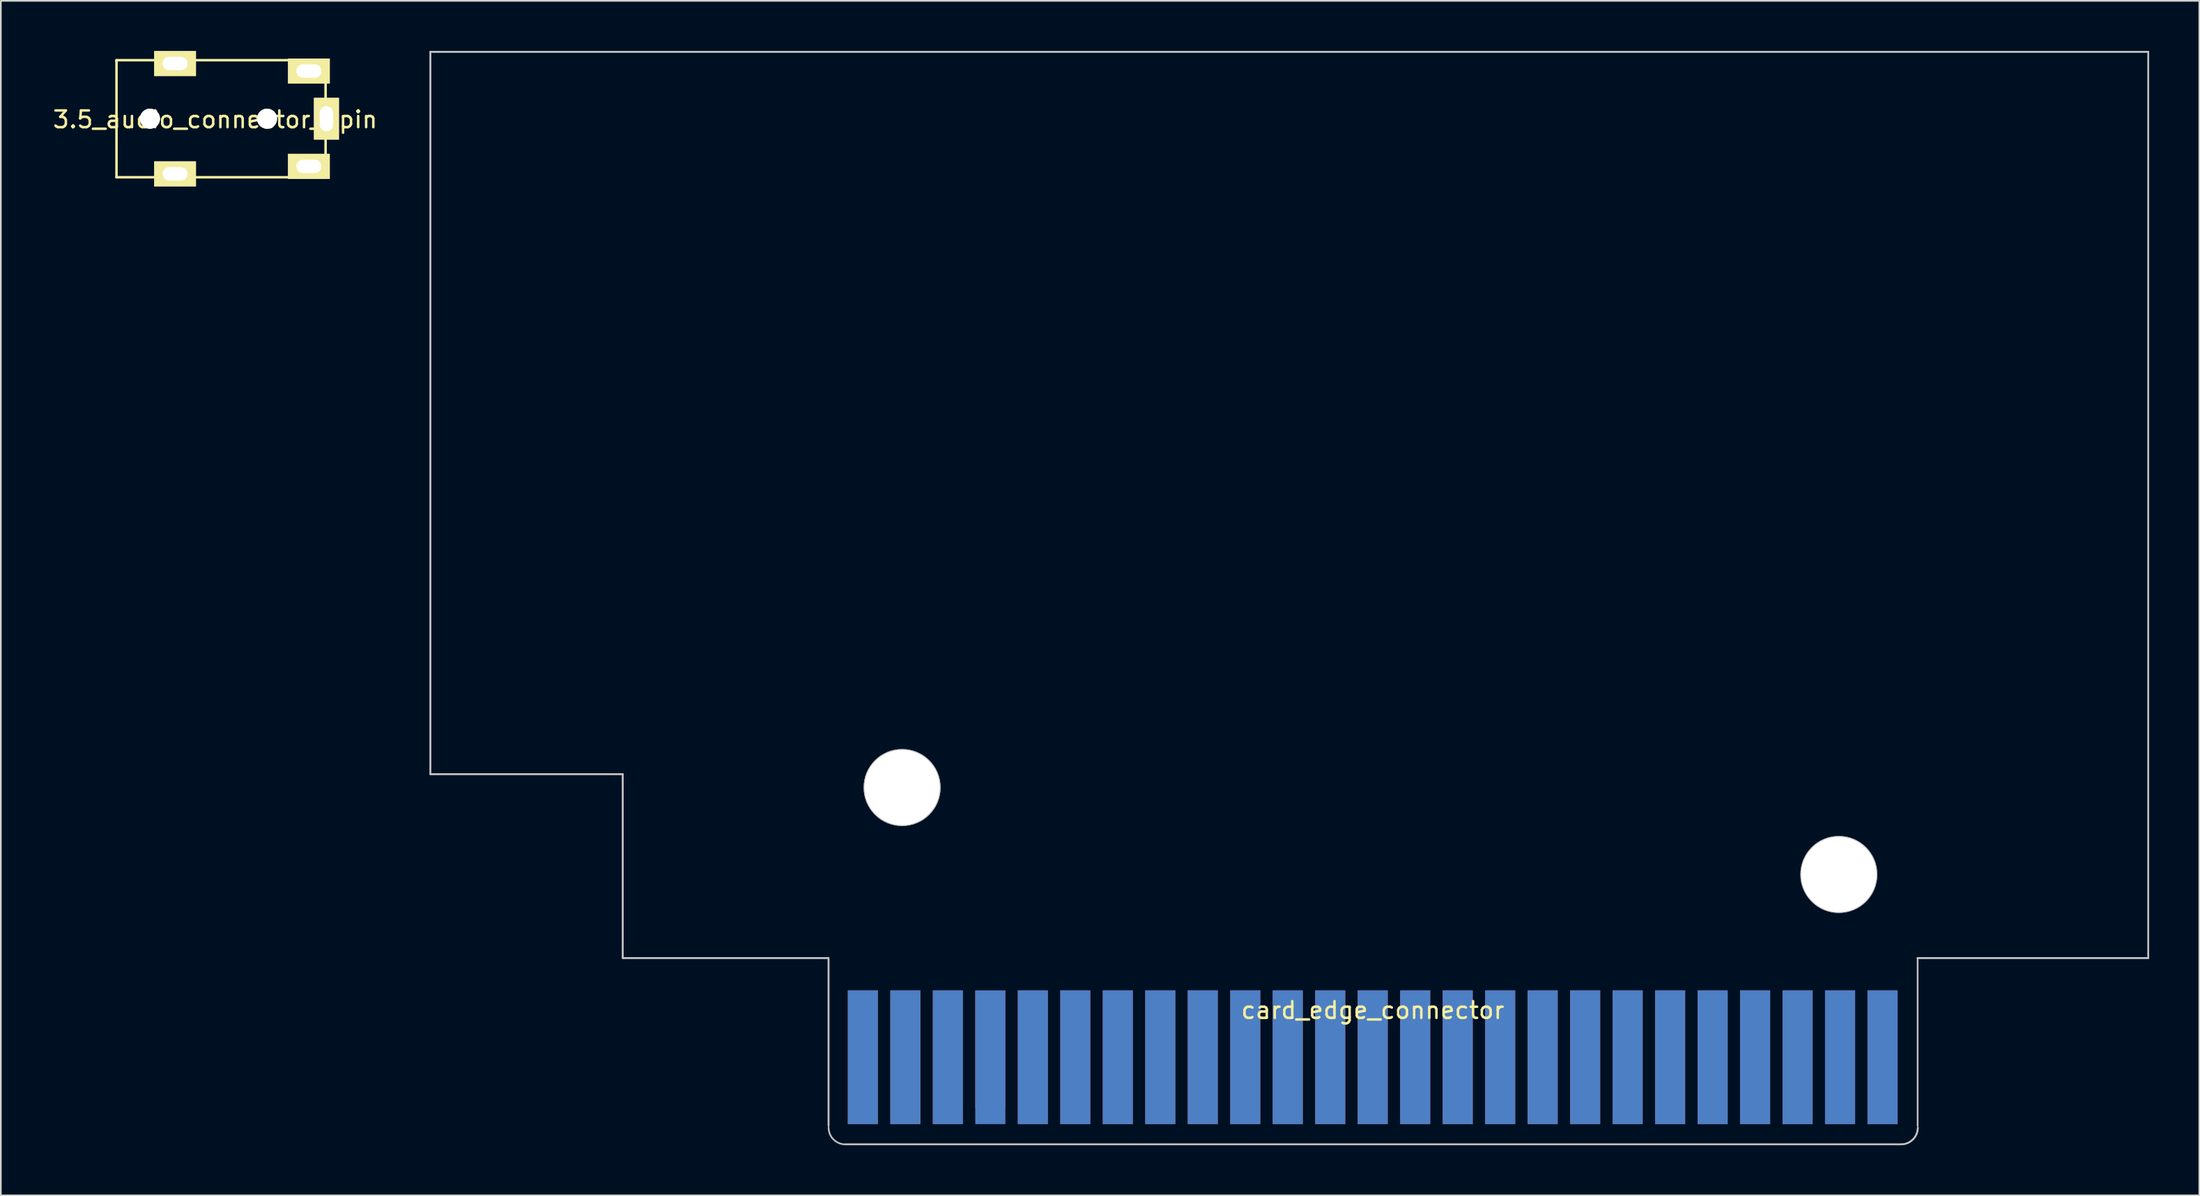
<source format=kicad_pcb>
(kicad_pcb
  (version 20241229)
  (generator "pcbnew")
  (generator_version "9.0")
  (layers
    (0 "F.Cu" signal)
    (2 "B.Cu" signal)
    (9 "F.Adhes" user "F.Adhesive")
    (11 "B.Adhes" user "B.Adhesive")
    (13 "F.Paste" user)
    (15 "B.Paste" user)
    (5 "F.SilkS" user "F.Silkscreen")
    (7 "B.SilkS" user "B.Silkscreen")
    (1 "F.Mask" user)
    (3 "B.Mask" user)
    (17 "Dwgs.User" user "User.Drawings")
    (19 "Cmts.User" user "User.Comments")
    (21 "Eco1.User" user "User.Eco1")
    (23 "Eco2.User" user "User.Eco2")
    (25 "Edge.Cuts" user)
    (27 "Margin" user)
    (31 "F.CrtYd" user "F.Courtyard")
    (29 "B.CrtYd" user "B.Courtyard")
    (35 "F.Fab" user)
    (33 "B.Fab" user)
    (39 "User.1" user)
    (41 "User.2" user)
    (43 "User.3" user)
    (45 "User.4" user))
  (footprint "3.5_audio_connector_5pin"
    (layer "F.Cu")
    (at 3.915 0.55)
    (property "Reference" "3.5_audio_connector_5pin" (at 5.9 3.55 0) (layer "F.SilkS") (effects (font (size 1 1) (thickness 0.15))))
    (attr through_hole)
    (fp_line (start 0 0) (end 12.5 0) (stroke (width 0.15) (type solid)) (layer "F.SilkS"))
    (fp_line (start 0 0.05) (end 0 0) (stroke (width 0.15) (type solid)) (layer "F.SilkS"))
    (fp_line (start 0 7) (end 0 0.05) (stroke (width 0.15) (type solid)) (layer "F.SilkS"))
    (fp_line (start 12.5 0) (end 12.5 7) (stroke (width 0.15) (type solid)) (layer "F.SilkS"))
    (fp_line (start 12.5 7) (end 0 7) (stroke (width 0.15) (type solid)) (layer "F.SilkS"))
    (pad "" np_thru_hole circle (at 2 3.5) (size 1.2 1.2) (drill 1.2) (layers "*.Cu" "*.Mask" "F.SilkS"))
    (pad "" np_thru_hole circle (at 9 3.5) (size 1.2 1.2) (drill 1.2) (layers "*.Cu" "*.Mask" "F.SilkS"))
    (pad "1" thru_hole rect (at 12.55 3.5 90) (size 2.5 1.5) (drill oval 1.5 0.8) (layers "*.Cu" "*.Mask" "F.SilkS"))
    (pad "2" thru_hole rect (at 11.5 0.65) (size 2.5 1.5) (drill oval 1.5 0.8) (layers "*.Cu" "*.Mask" "F.SilkS"))
    (pad "3" thru_hole rect (at 3.5 0.2) (size 2.5 1.5) (drill oval 1.5 0.8) (layers "*.Cu" "*.Mask" "F.SilkS"))
    (pad "3" thru_hole rect (at 3.5 6.8) (size 2.5 1.5) (drill oval 1.5 0.8) (layers "*.Cu" "*.Mask" "F.SilkS"))
    (pad "4" thru_hole rect (at 11.5 6.35) (size 2.5 1.5) (drill oval 1.5 0.8) (layers "*.Cu" "*.Mask" "F.SilkS")))
  (footprint "card_edge_connector"
    (layer "F.Cu")
    (at 77.754 57.035)
    (property "Reference" "card_edge_connector" (at 1.26 0.337 0) (layer "F.SilkS") (effects (font (size 1 1) (thickness 0.15))))
    (attr through_hole)
    (fp_line (start -55.073 -56.985) (end -55.073 -13.785) (stroke (width 0.1) (type solid)) (layer "Dwgs.User"))
    (fp_line (start -55.073 -56.985) (end -55.073 -13.785) (stroke (width 0.1) (type solid)) (layer "Dwgs.User"))
    (fp_line (start -55.073 -13.785) (end -43.573 -13.785) (stroke (width 0.1) (type solid)) (layer "Dwgs.User"))
    (fp_line (start -55.073 -13.785) (end -43.573 -13.785) (stroke (width 0.1) (type solid)) (layer "Dwgs.User"))
    (fp_line (start -43.573 -13.785) (end -43.573 -2.785) (stroke (width 0.1) (type solid)) (layer "Dwgs.User"))
    (fp_line (start -43.573 -13.785) (end -43.573 -2.785) (stroke (width 0.1) (type solid)) (layer "Dwgs.User"))
    (fp_line (start -43.573 -2.785) (end -31.273 -2.785) (stroke (width 0.1) (type solid)) (layer "Dwgs.User"))
    (fp_line (start -43.573 -2.785) (end -31.273 -2.785) (stroke (width 0.1) (type solid)) (layer "Dwgs.User"))
    (fp_line (start -31.273 -2.785) (end -31.273 7.215) (stroke (width 0.1) (type solid)) (layer "Dwgs.User"))
    (fp_line (start -31.268 -2.724) (end -31.268 7.276) (stroke (width 0.1) (type solid)) (layer "Dwgs.User"))
    (fp_line (start -30.253 8.357) (end 32.847 8.357) (stroke (width 0.1) (type solid)) (layer "Dwgs.User"))
    (fp_line (start -30.253 8.357) (end 32.847 8.357) (stroke (width 0.1) (type solid)) (layer "Dwgs.User"))
    (fp_line (start 33.827 -2.785) (end 47.627 -2.785) (stroke (width 0.1) (type solid)) (layer "Dwgs.User"))
    (fp_line (start 33.827 -2.785) (end 47.627 -2.785) (stroke (width 0.1) (type solid)) (layer "Dwgs.User"))
    (fp_line (start 33.837 7.263) (end 33.837 -2.737) (stroke (width 0.1) (type solid)) (layer "Dwgs.User"))
    (fp_line (start 47.627 -56.985) (end -55.073 -56.985) (stroke (width 0.1) (type solid)) (layer "Dwgs.User"))
    (fp_line (start 47.627 -56.985) (end -55.073 -56.985) (stroke (width 0.1) (type solid)) (layer "Dwgs.User"))
    (fp_line (start 47.627 -2.785) (end 47.627 -56.985) (stroke (width 0.1) (type solid)) (layer "Dwgs.User"))
    (fp_line (start 47.627 -2.785) (end 47.627 -56.985) (stroke (width 0.1) (type solid)) (layer "Dwgs.User"))
    (fp_arc (start -30.268375 8.356852) (mid -30.975482 8.063959) (end -31.268375 7.356852) (stroke (width 0.1) (type solid)) (layer "Dwgs.User"))
    (fp_arc (start 33.846865 7.356852) (mid 33.553972 8.063959) (end 32.846865 8.356852) (stroke (width 0.1) (type solid)) (layer "Dwgs.User"))
    (fp_arc (start 33.846865 7.356852) (mid 33.553972 8.063959) (end 32.846865 8.356852) (stroke (width 0.1) (type solid)) (layer "Dwgs.User"))
    (fp_circle (center -26.873 -12.985) (end -25.523 -12.985) (stroke (width 0.1) (type solid)) (fill no) (layer "Dwgs.User"))
    (fp_circle (center -26.873 -12.985) (end -25.523 -12.985) (stroke (width 0.1) (type solid)) (fill no) (layer "Dwgs.User"))
    (fp_circle (center -26.873 -12.985) (end -24.623 -12.985) (stroke (width 0.1) (type solid)) (fill no) (layer "Dwgs.User"))
    (fp_circle (center -26.873 -12.985) (end -24.623 -12.985) (stroke (width 0.1) (type solid)) (fill no) (layer "Dwgs.User"))
    (fp_circle (center 29.127 -7.785) (end 30.477 -7.785) (stroke (width 0.1) (type solid)) (fill no) (layer "Dwgs.User"))
    (fp_circle (center 29.127 -7.785) (end 30.477 -7.785) (stroke (width 0.1) (type solid)) (fill no) (layer "Dwgs.User"))
    (fp_circle (center 29.127 -7.785) (end 31.377 -7.785) (stroke (width 0.1) (type solid)) (fill no) (layer "Dwgs.User"))
    (fp_circle (center 29.127 -7.785) (end 31.377 -7.785) (stroke (width 0.1) (type solid)) (fill no) (layer "Dwgs.User"))
    (pad "" np_thru_hole circle (at -26.876 -12.984) (size 4.5 4.5) (drill 4.5) (layers "*.Cu" "*.Mask" "F.SilkS"))
    (pad "" np_thru_hole circle (at 29.124 -7.783) (size 4.5 4.5) (drill 4.5) (layers "*.Cu" "*.Mask" "F.SilkS"))
    (pad "1" connect rect (at 31.74 3.147) (size 1.8 8) (layers "B.Cu" "B.Mask"))
    (pad "2" connect rect (at 31.74 3.147) (size 1.8 8) (layers "F.Cu" "F.Mask"))
    (pad "3" connect rect (at 29.2 3.147) (size 1.8 8) (layers "B.Cu" "B.Mask"))
    (pad "4" connect rect (at 29.2 3.147) (size 1.8 8) (layers "F.Cu" "F.Mask"))
    (pad "5" connect rect (at 26.66 3.147) (size 1.8 8) (layers "B.Cu" "B.Mask"))
    (pad "6" connect rect (at 26.66 3.147) (size 1.8 8) (layers "F.Cu" "F.Mask"))
    (pad "7" connect rect (at 24.12 3.147) (size 1.8 8) (layers "B.Cu" "B.Mask"))
    (pad "8" connect rect (at 24.12 3.147) (size 1.8 8) (layers "F.Cu" "F.Mask"))
    (pad "9" connect rect (at 21.58 3.147) (size 1.8 8) (layers "B.Cu" "B.Mask"))
    (pad "10" connect rect (at 21.58 3.147) (size 1.8 8) (layers "F.Cu" "F.Mask"))
    (pad "11" connect rect (at 19.04 3.147) (size 1.8 8) (layers "B.Cu" "B.Mask"))
    (pad "12" connect rect (at 19.04 3.147) (size 1.8 8) (layers "F.Cu" "F.Mask"))
    (pad "13" connect rect (at 16.5 3.147) (size 1.8 8) (layers "B.Cu" "B.Mask"))
    (pad "14" connect rect (at 16.5 3.147) (size 1.8 8) (layers "F.Cu" "F.Mask"))
    (pad "15" connect rect (at 13.96 3.147) (size 1.8 8) (layers "B.Cu" "B.Mask"))
    (pad "16" connect rect (at 13.96 3.147) (size 1.8 8) (layers "F.Cu" "F.Mask"))
    (pad "17" connect rect (at 11.42 3.147) (size 1.8 8) (layers "B.Cu" "B.Mask"))
    (pad "18" connect rect (at 11.42 3.147) (size 1.8 8) (layers "F.Cu" "F.Mask"))
    (pad "19" connect rect (at 8.88 3.147) (size 1.8 8) (layers "B.Cu" "B.Mask"))
    (pad "20" connect rect (at 8.88 3.147) (size 1.8 8) (layers "F.Cu" "F.Mask"))
    (pad "21" connect rect (at 6.34 3.147) (size 1.8 8) (layers "B.Cu" "B.Mask"))
    (pad "22" connect rect (at 6.34 3.147) (size 1.8 8) (layers "F.Cu" "F.Mask"))
    (pad "23" connect rect (at 3.8 3.147) (size 1.8 8) (layers "B.Cu" "B.Mask"))
    (pad "24" connect rect (at 3.8 3.147) (size 1.8 8) (layers "F.Cu" "F.Mask"))
    (pad "25" connect rect (at 1.26 3.147) (size 1.8 8) (layers "B.Cu" "B.Mask"))
    (pad "26" connect rect (at 1.26 3.147) (size 1.8 8) (layers "F.Cu" "F.Mask"))
    (pad "27" connect rect (at -1.28 3.147) (size 1.8 8) (layers "B.Cu" "B.Mask"))
    (pad "28" connect rect (at -1.28 3.147) (size 1.8 8) (layers "F.Cu" "F.Mask"))
    (pad "29" connect rect (at -3.82 3.147) (size 1.8 8) (layers "B.Cu" "B.Mask"))
    (pad "30" connect rect (at -3.82 3.147) (size 1.8 8) (layers "F.Cu" "F.Mask"))
    (pad "31" connect rect (at -6.36 3.147) (size 1.8 8) (layers "B.Cu" "B.Mask"))
    (pad "32" connect rect (at -6.36 3.147) (size 1.8 8) (layers "F.Cu" "F.Mask"))
    (pad "33" connect rect (at -8.9 3.147) (size 1.8 8) (layers "B.Cu" "B.Mask"))
    (pad "34" connect rect (at -8.9 3.147) (size 1.8 8) (layers "F.Cu" "F.Mask"))
    (pad "35" connect rect (at -11.44 3.147) (size 1.8 8) (layers "B.Cu" "B.Mask"))
    (pad "36" connect rect (at -11.44 3.147) (size 1.8 8) (layers "F.Cu" "F.Mask"))
    (pad "37" connect rect (at -13.98 3.147) (size 1.8 8) (layers "B.Cu" "B.Mask"))
    (pad "38" connect rect (at -13.98 3.147) (size 1.8 8) (layers "F.Cu" "F.Mask"))
    (pad "39" connect rect (at -16.52 3.147) (size 1.8 8) (layers "B.Cu" "B.Mask"))
    (pad "40" connect rect (at -16.52 3.147) (size 1.8 8) (layers "F.Cu" "F.Mask"))
    (pad "41" connect rect (at -19.06 3.147) (size 1.8 8) (layers "B.Cu" "B.Mask"))
    (pad "42" connect rect (at -19.06 3.147) (size 1.8 8) (layers "F.Cu" "F.Mask"))
    (pad "43" connect rect (at -21.6 3.147) (size 1.8 8) (layers "B.Cu" "B.Mask"))
    (pad "44" connect rect (at -21.605 2.655) (size 1.8 7) (layers "F.Cu" "F.Mask"))
    (pad "45" connect rect (at -24.14 3.147) (size 1.8 8) (layers "B.Cu" "B.Mask"))
    (pad "46" connect rect (at -24.14 3.147) (size 1.8 8) (layers "F.Cu" "F.Mask"))
    (pad "47" connect rect (at -26.68 3.147) (size 1.8 8) (layers "B.Cu" "B.Mask"))
    (pad "48" connect rect (at -26.68 3.147) (size 1.8 8) (layers "F.Cu" "F.Mask"))
    (pad "49" connect rect (at -29.22 3.147) (size 1.8 8) (layers "B.Cu" "B.Mask"))
    (pad "50" connect rect (at -29.22 3.147) (size 1.8 8) (layers "F.Cu" "F.Mask")))
  (gr_rect
    (start -3 -3)
    (end 128.431 68.442)
    (stroke (width 0.1) (type default))
    (fill no)
    (layer "Edge.Cuts")))
</source>
